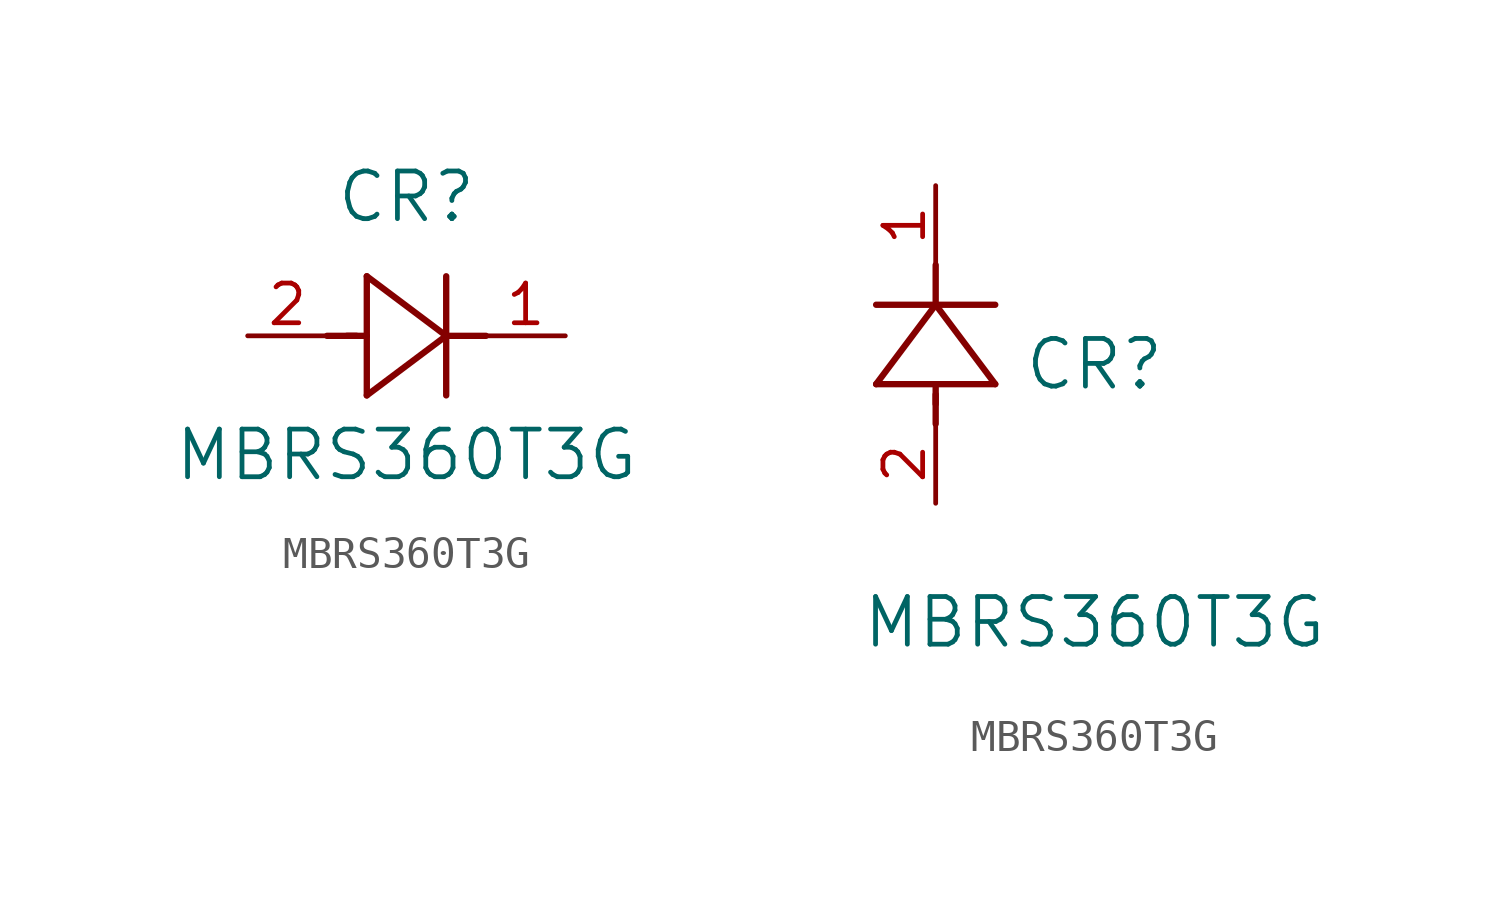
<source format=kicad_sym>
(kicad_symbol_lib
  (version 20211014)
  (generator kicad_symbol_editor)
  (symbol "MBRS360T3G"
    (pin_names
      (offset 0.254))
    (property "Reference" "CR"
      (at 5.08 4.445 0)
      (effects (font (size 1.524 1.524))))
    (property "Value" "MBRS360T3G"
      (at 5.08 -3.81 0)
      (effects (font (size 1.524 1.524))))
    (symbol "MBRS360T3G_1_1"
      (polyline (pts (xy 2.54 0) (xy 3.48 0)) (stroke (width 0.203) (type default) (color 0 0 0 0)) (fill (type none)))
      (polyline (pts (xy 3.81 1.905) (xy 3.81 -1.905)) (stroke (width 0.203) (type default) (color 0 0 0 0)) (fill (type none)))
      (polyline (pts (xy 3.175 0) (xy 3.81 0)) (stroke (width 0.203) (type default) (color 0 0 0 0)) (fill (type none)))
      (polyline (pts (xy 6.35 -1.905) (xy 6.35 1.905)) (stroke (width 0.203) (type default) (color 0 0 0 0)) (fill (type none)))
      (polyline (pts (xy 6.35 0) (xy 7.62 0)) (stroke (width 0.203) (type default) (color 0 0 0 0)) (fill (type none)))
      (polyline (pts (xy 6.35 0) (xy 3.81 1.905)) (stroke (width 0.203) (type default) (color 0 0 0 0)) (fill (type none)))
      (polyline (pts (xy 3.81 -1.905) (xy 6.35 0)) (stroke (width 0.203) (type default) (color 0 0 0 0)) (fill (type none)))
      (pin unspecified line (at 0 0 0) (length 2.54) (name "" (effects (font (size 1.27 1.27)))) (number "2" (effects (font (size 1.27 1.27)))))
      (pin unspecified line (at 10.16 0 180) (length 2.54) (name "" (effects (font (size 1.27 1.27)))) (number "1" (effects (font (size 1.27 1.27))))))
    (symbol "MBRS360T3G_1_2"
      (polyline (pts (xy 0 2.54) (xy 0 3.48)) (stroke (width 0.203) (type default) (color 0 0 0 0)) (fill (type none)))
      (polyline (pts (xy -1.905 3.81) (xy 1.905 3.81)) (stroke (width 0.203) (type default) (color 0 0 0 0)) (fill (type none)))
      (polyline (pts (xy 0 3.175) (xy 0 3.81)) (stroke (width 0.203) (type default) (color 0 0 0 0)) (fill (type none)))
      (polyline (pts (xy 1.905 6.35) (xy -1.905 6.35)) (stroke (width 0.203) (type default) (color 0 0 0 0)) (fill (type none)))
      (polyline (pts (xy 0 6.35) (xy 0 7.62)) (stroke (width 0.203) (type default) (color 0 0 0 0)) (fill (type none)))
      (polyline (pts (xy 0 6.35) (xy -1.905 3.81)) (stroke (width 0.203) (type default) (color 0 0 0 0)) (fill (type none)))
      (polyline (pts (xy 1.905 3.81) (xy 0 6.35)) (stroke (width 0.203) (type default) (color 0 0 0 0)) (fill (type none)))
      (pin unspecified line (at 0 0 90) (length 2.54) (name "" (effects (font (size 1.27 1.27)))) (number "2" (effects (font (size 1.27 1.27)))))
      (pin unspecified line (at 0 10.16 270) (length 2.54) (name "" (effects (font (size 1.27 1.27)))) (number "1" (effects (font (size 1.27 1.27))))))))
</source>
